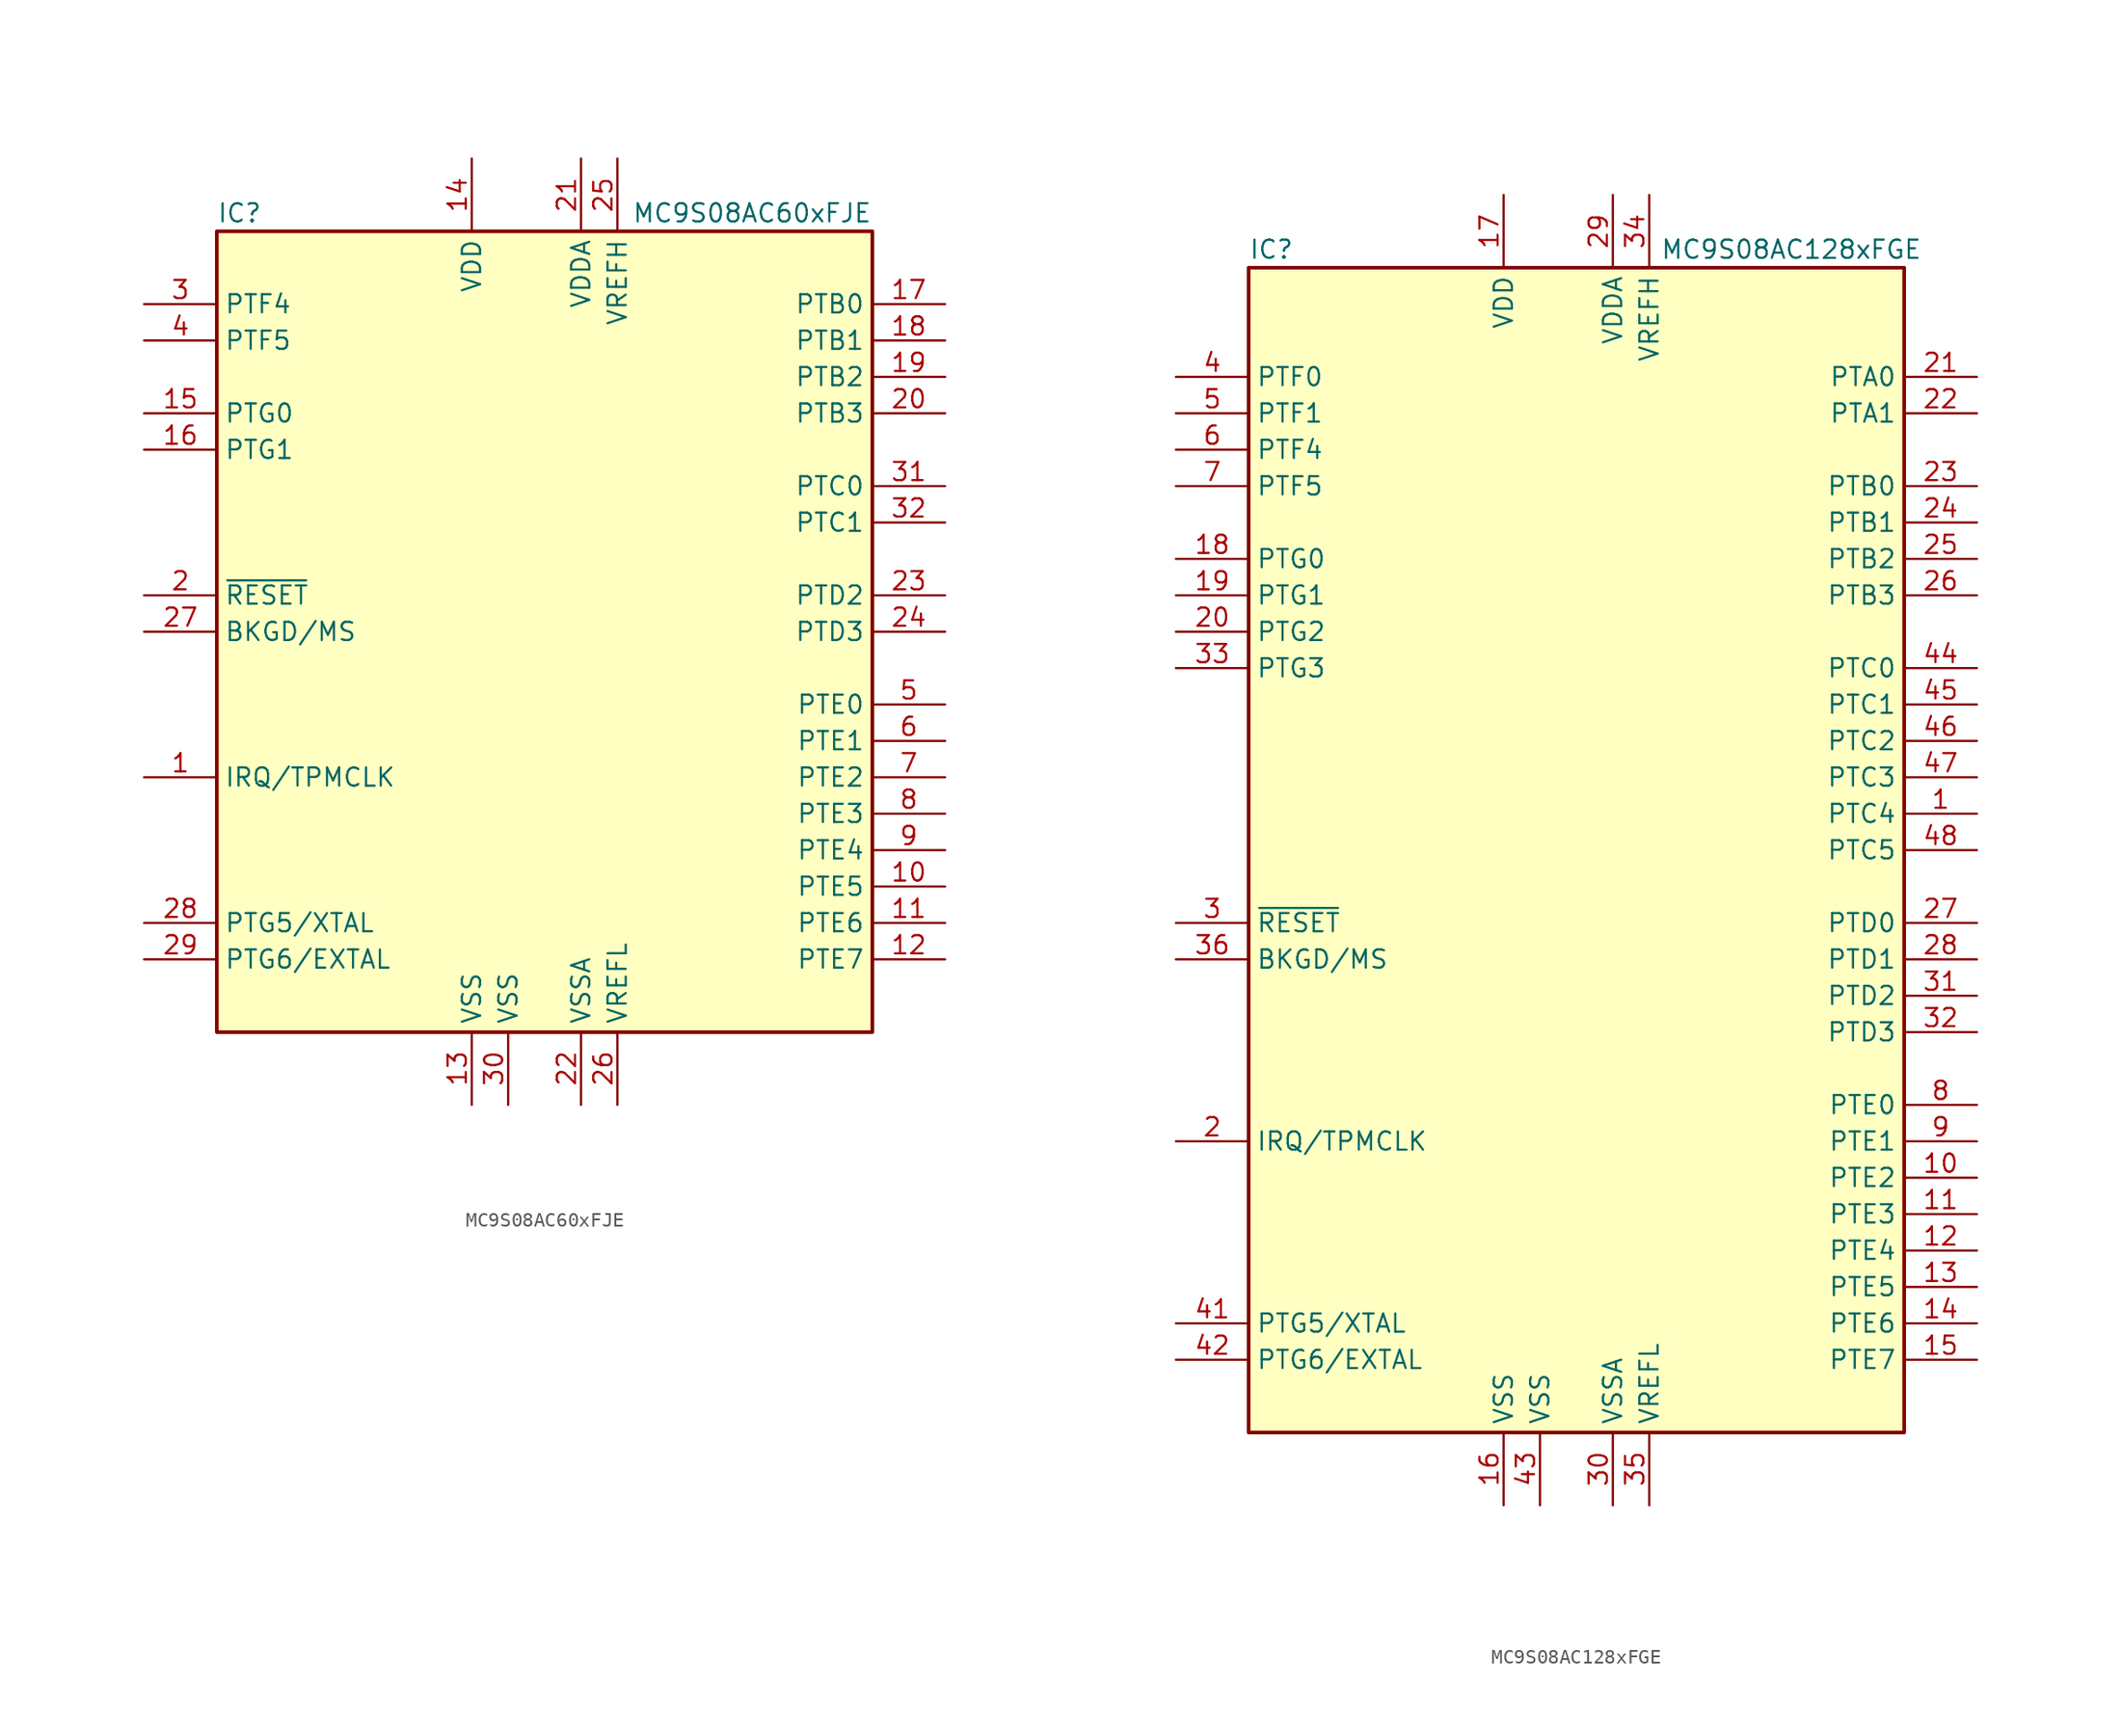
<source format=kicad_sym>
(kicad_symbol_lib
  (version 20220914)
  (generator kicad_symbol_editor)
  (symbol "MC9S08AC60xFJE"
    (property "Reference" "IC"
      (at -22.86 29.21 0)
      (effects (font (size 1.27 1.27)) (justify left)))
    (property "Value" "MC9S08AC60xFJE"
      (at 22.86 29.21 0)
      (effects (font (size 1.27 1.27)) (justify right)))
    (symbol "MC9S08AC60xFJE_0_1"
      (rectangle (start -22.86 27.94) (end 22.86 -27.94) (stroke (width 0.254) (type default)) (fill (type background))))
    (symbol "MC9S08AC60xFJE_1_1"
      (pin input line (at -27.94 -10.16 0) (length 5.08) (name "IRQ/TPMCLK" (effects (font (size 1.27 1.27)))) (number "1" (effects (font (size 1.27 1.27)))))
      (pin bidirectional line (at 27.94 -17.78 180) (length 5.08) (name "PTE5" (effects (font (size 1.27 1.27)))) (number "10" (effects (font (size 1.27 1.27)))))
      (pin bidirectional line (at 27.94 -20.32 180) (length 5.08) (name "PTE6" (effects (font (size 1.27 1.27)))) (number "11" (effects (font (size 1.27 1.27)))))
      (pin bidirectional line (at 27.94 -22.86 180) (length 5.08) (name "PTE7" (effects (font (size 1.27 1.27)))) (number "12" (effects (font (size 1.27 1.27)))))
      (pin power_in line (at -5.08 -33.02 90) (length 5.08) (name "VSS" (effects (font (size 1.27 1.27)))) (number "13" (effects (font (size 1.27 1.27)))))
      (pin power_in line (at -5.08 33.02 270) (length 5.08) (name "VDD" (effects (font (size 1.27 1.27)))) (number "14" (effects (font (size 1.27 1.27)))))
      (pin bidirectional line (at -27.94 15.24 0) (length 5.08) (name "PTG0" (effects (font (size 1.27 1.27)))) (number "15" (effects (font (size 1.27 1.27)))))
      (pin bidirectional line (at -27.94 12.7 0) (length 5.08) (name "PTG1" (effects (font (size 1.27 1.27)))) (number "16" (effects (font (size 1.27 1.27)))))
      (pin bidirectional line (at 27.94 22.86 180) (length 5.08) (name "PTB0" (effects (font (size 1.27 1.27)))) (number "17" (effects (font (size 1.27 1.27)))))
      (pin bidirectional line (at 27.94 20.32 180) (length 5.08) (name "PTB1" (effects (font (size 1.27 1.27)))) (number "18" (effects (font (size 1.27 1.27)))))
      (pin bidirectional line (at 27.94 17.78 180) (length 5.08) (name "PTB2" (effects (font (size 1.27 1.27)))) (number "19" (effects (font (size 1.27 1.27)))))
      (pin input line (at -27.94 2.54 0) (length 5.08) (name "~{RESET}" (effects (font (size 1.27 1.27)))) (number "2" (effects (font (size 1.27 1.27)))))
      (pin bidirectional line (at 27.94 15.24 180) (length 5.08) (name "PTB3" (effects (font (size 1.27 1.27)))) (number "20" (effects (font (size 1.27 1.27)))))
      (pin power_in line (at 2.54 33.02 270) (length 5.08) (name "VDDA" (effects (font (size 1.27 1.27)))) (number "21" (effects (font (size 1.27 1.27)))))
      (pin power_in line (at 2.54 -33.02 90) (length 5.08) (name "VSSA" (effects (font (size 1.27 1.27)))) (number "22" (effects (font (size 1.27 1.27)))))
      (pin bidirectional line (at 27.94 2.54 180) (length 5.08) (name "PTD2" (effects (font (size 1.27 1.27)))) (number "23" (effects (font (size 1.27 1.27)))))
      (pin bidirectional line (at 27.94 0 180) (length 5.08) (name "PTD3" (effects (font (size 1.27 1.27)))) (number "24" (effects (font (size 1.27 1.27)))))
      (pin power_in line (at 5.08 33.02 270) (length 5.08) (name "VREFH" (effects (font (size 1.27 1.27)))) (number "25" (effects (font (size 1.27 1.27)))))
      (pin power_in line (at 5.08 -33.02 90) (length 5.08) (name "VREFL" (effects (font (size 1.27 1.27)))) (number "26" (effects (font (size 1.27 1.27)))))
      (pin bidirectional line (at -27.94 0 0) (length 5.08) (name "BKGD/MS" (effects (font (size 1.27 1.27)))) (number "27" (effects (font (size 1.27 1.27)))))
      (pin bidirectional line (at -27.94 -20.32 0) (length 5.08) (name "PTG5/XTAL" (effects (font (size 1.27 1.27)))) (number "28" (effects (font (size 1.27 1.27)))))
      (pin bidirectional line (at -27.94 -22.86 0) (length 5.08) (name "PTG6/EXTAL" (effects (font (size 1.27 1.27)))) (number "29" (effects (font (size 1.27 1.27)))))
      (pin bidirectional line (at -27.94 22.86 0) (length 5.08) (name "PTF4" (effects (font (size 1.27 1.27)))) (number "3" (effects (font (size 1.27 1.27)))))
      (pin power_in line (at -2.54 -33.02 90) (length 5.08) (name "VSS" (effects (font (size 1.27 1.27)))) (number "30" (effects (font (size 1.27 1.27)))))
      (pin bidirectional line (at 27.94 10.16 180) (length 5.08) (name "PTC0" (effects (font (size 1.27 1.27)))) (number "31" (effects (font (size 1.27 1.27)))))
      (pin bidirectional line (at 27.94 7.62 180) (length 5.08) (name "PTC1" (effects (font (size 1.27 1.27)))) (number "32" (effects (font (size 1.27 1.27)))))
      (pin bidirectional line (at -27.94 20.32 0) (length 5.08) (name "PTF5" (effects (font (size 1.27 1.27)))) (number "4" (effects (font (size 1.27 1.27)))))
      (pin bidirectional line (at 27.94 -5.08 180) (length 5.08) (name "PTE0" (effects (font (size 1.27 1.27)))) (number "5" (effects (font (size 1.27 1.27)))))
      (pin bidirectional line (at 27.94 -7.62 180) (length 5.08) (name "PTE1" (effects (font (size 1.27 1.27)))) (number "6" (effects (font (size 1.27 1.27)))))
      (pin bidirectional line (at 27.94 -10.16 180) (length 5.08) (name "PTE2" (effects (font (size 1.27 1.27)))) (number "7" (effects (font (size 1.27 1.27)))))
      (pin bidirectional line (at 27.94 -12.7 180) (length 5.08) (name "PTE3" (effects (font (size 1.27 1.27)))) (number "8" (effects (font (size 1.27 1.27)))))
      (pin bidirectional line (at 27.94 -15.24 180) (length 5.08) (name "PTE4" (effects (font (size 1.27 1.27)))) (number "9" (effects (font (size 1.27 1.27)))))))
  (symbol "MC9S08AC128xFGE"
    (property "Reference" "IC"
      (at -22.86 41.91 0)
      (effects (font (size 1.27 1.27)) (justify left)))
    (property "Value" "MC9S08AC128xFGE"
      (at 24.13 41.91 0)
      (effects (font (size 1.27 1.27)) (justify right)))
    (symbol "MC9S08AC128xFGE_0_1"
      (rectangle (start -22.86 40.64) (end 22.86 -40.64) (stroke (width 0.254) (type default)) (fill (type background))))
    (symbol "MC9S08AC128xFGE_1_1"
      (pin bidirectional line (at 27.94 2.54 180) (length 5.08) (name "PTC4" (effects (font (size 1.27 1.27)))) (number "1" (effects (font (size 1.27 1.27)))))
      (pin bidirectional line (at 27.94 -22.86 180) (length 5.08) (name "PTE2" (effects (font (size 1.27 1.27)))) (number "10" (effects (font (size 1.27 1.27)))))
      (pin bidirectional line (at 27.94 -25.4 180) (length 5.08) (name "PTE3" (effects (font (size 1.27 1.27)))) (number "11" (effects (font (size 1.27 1.27)))))
      (pin bidirectional line (at 27.94 -27.94 180) (length 5.08) (name "PTE4" (effects (font (size 1.27 1.27)))) (number "12" (effects (font (size 1.27 1.27)))))
      (pin bidirectional line (at 27.94 -30.48 180) (length 5.08) (name "PTE5" (effects (font (size 1.27 1.27)))) (number "13" (effects (font (size 1.27 1.27)))))
      (pin bidirectional line (at 27.94 -33.02 180) (length 5.08) (name "PTE6" (effects (font (size 1.27 1.27)))) (number "14" (effects (font (size 1.27 1.27)))))
      (pin bidirectional line (at 27.94 -35.56 180) (length 5.08) (name "PTE7" (effects (font (size 1.27 1.27)))) (number "15" (effects (font (size 1.27 1.27)))))
      (pin power_in line (at -5.08 -45.72 90) (length 5.08) (name "VSS" (effects (font (size 1.27 1.27)))) (number "16" (effects (font (size 1.27 1.27)))))
      (pin power_in line (at -5.08 45.72 270) (length 5.08) (name "VDD" (effects (font (size 1.27 1.27)))) (number "17" (effects (font (size 1.27 1.27)))))
      (pin bidirectional line (at -27.94 20.32 0) (length 5.08) (name "PTG0" (effects (font (size 1.27 1.27)))) (number "18" (effects (font (size 1.27 1.27)))))
      (pin bidirectional line (at -27.94 17.78 0) (length 5.08) (name "PTG1" (effects (font (size 1.27 1.27)))) (number "19" (effects (font (size 1.27 1.27)))))
      (pin input line (at -27.94 -20.32 0) (length 5.08) (name "IRQ/TPMCLK" (effects (font (size 1.27 1.27)))) (number "2" (effects (font (size 1.27 1.27)))))
      (pin bidirectional line (at -27.94 15.24 0) (length 5.08) (name "PTG2" (effects (font (size 1.27 1.27)))) (number "20" (effects (font (size 1.27 1.27)))))
      (pin bidirectional line (at 27.94 33.02 180) (length 5.08) (name "PTA0" (effects (font (size 1.27 1.27)))) (number "21" (effects (font (size 1.27 1.27)))))
      (pin bidirectional line (at 27.94 30.48 180) (length 5.08) (name "PTA1" (effects (font (size 1.27 1.27)))) (number "22" (effects (font (size 1.27 1.27)))))
      (pin bidirectional line (at 27.94 25.4 180) (length 5.08) (name "PTB0" (effects (font (size 1.27 1.27)))) (number "23" (effects (font (size 1.27 1.27)))))
      (pin bidirectional line (at 27.94 22.86 180) (length 5.08) (name "PTB1" (effects (font (size 1.27 1.27)))) (number "24" (effects (font (size 1.27 1.27)))))
      (pin bidirectional line (at 27.94 20.32 180) (length 5.08) (name "PTB2" (effects (font (size 1.27 1.27)))) (number "25" (effects (font (size 1.27 1.27)))))
      (pin bidirectional line (at 27.94 17.78 180) (length 5.08) (name "PTB3" (effects (font (size 1.27 1.27)))) (number "26" (effects (font (size 1.27 1.27)))))
      (pin bidirectional line (at 27.94 -5.08 180) (length 5.08) (name "PTD0" (effects (font (size 1.27 1.27)))) (number "27" (effects (font (size 1.27 1.27)))))
      (pin bidirectional line (at 27.94 -7.62 180) (length 5.08) (name "PTD1" (effects (font (size 1.27 1.27)))) (number "28" (effects (font (size 1.27 1.27)))))
      (pin power_in line (at 2.54 45.72 270) (length 5.08) (name "VDDA" (effects (font (size 1.27 1.27)))) (number "29" (effects (font (size 1.27 1.27)))))
      (pin input line (at -27.94 -5.08 0) (length 5.08) (name "~{RESET}" (effects (font (size 1.27 1.27)))) (number "3" (effects (font (size 1.27 1.27)))))
      (pin power_in line (at 2.54 -45.72 90) (length 5.08) (name "VSSA" (effects (font (size 1.27 1.27)))) (number "30" (effects (font (size 1.27 1.27)))))
      (pin bidirectional line (at 27.94 -10.16 180) (length 5.08) (name "PTD2" (effects (font (size 1.27 1.27)))) (number "31" (effects (font (size 1.27 1.27)))))
      (pin bidirectional line (at 27.94 -12.7 180) (length 5.08) (name "PTD3" (effects (font (size 1.27 1.27)))) (number "32" (effects (font (size 1.27 1.27)))))
      (pin bidirectional line (at -27.94 12.7 0) (length 5.08) (name "PTG3" (effects (font (size 1.27 1.27)))) (number "33" (effects (font (size 1.27 1.27)))))
      (pin power_in line (at 5.08 45.72 270) (length 5.08) (name "VREFH" (effects (font (size 1.27 1.27)))) (number "34" (effects (font (size 1.27 1.27)))))
      (pin power_in line (at 5.08 -45.72 90) (length 5.08) (name "VREFL" (effects (font (size 1.27 1.27)))) (number "35" (effects (font (size 1.27 1.27)))))
      (pin bidirectional line (at -27.94 -7.62 0) (length 5.08) (name "BKGD/MS" (effects (font (size 1.27 1.27)))) (number "36" (effects (font (size 1.27 1.27)))))
      (pin bidirectional line (at -27.94 33.02 0) (length 5.08) (name "PTF0" (effects (font (size 1.27 1.27)))) (number "4" (effects (font (size 1.27 1.27)))))
      (pin bidirectional line (at -27.94 -33.02 0) (length 5.08) (name "PTG5/XTAL" (effects (font (size 1.27 1.27)))) (number "41" (effects (font (size 1.27 1.27)))))
      (pin bidirectional line (at -27.94 -35.56 0) (length 5.08) (name "PTG6/EXTAL" (effects (font (size 1.27 1.27)))) (number "42" (effects (font (size 1.27 1.27)))))
      (pin power_in line (at -2.54 -45.72 90) (length 5.08) (name "VSS" (effects (font (size 1.27 1.27)))) (number "43" (effects (font (size 1.27 1.27)))))
      (pin bidirectional line (at 27.94 12.7 180) (length 5.08) (name "PTC0" (effects (font (size 1.27 1.27)))) (number "44" (effects (font (size 1.27 1.27)))))
      (pin bidirectional line (at 27.94 10.16 180) (length 5.08) (name "PTC1" (effects (font (size 1.27 1.27)))) (number "45" (effects (font (size 1.27 1.27)))))
      (pin bidirectional line (at 27.94 7.62 180) (length 5.08) (name "PTC2" (effects (font (size 1.27 1.27)))) (number "46" (effects (font (size 1.27 1.27)))))
      (pin bidirectional line (at 27.94 5.08 180) (length 5.08) (name "PTC3" (effects (font (size 1.27 1.27)))) (number "47" (effects (font (size 1.27 1.27)))))
      (pin bidirectional line (at 27.94 0 180) (length 5.08) (name "PTC5" (effects (font (size 1.27 1.27)))) (number "48" (effects (font (size 1.27 1.27)))))
      (pin bidirectional line (at -27.94 30.48 0) (length 5.08) (name "PTF1" (effects (font (size 1.27 1.27)))) (number "5" (effects (font (size 1.27 1.27)))))
      (pin bidirectional line (at -27.94 27.94 0) (length 5.08) (name "PTF4" (effects (font (size 1.27 1.27)))) (number "6" (effects (font (size 1.27 1.27)))))
      (pin bidirectional line (at -27.94 25.4 0) (length 5.08) (name "PTF5" (effects (font (size 1.27 1.27)))) (number "7" (effects (font (size 1.27 1.27)))))
      (pin bidirectional line (at 27.94 -17.78 180) (length 5.08) (name "PTE0" (effects (font (size 1.27 1.27)))) (number "8" (effects (font (size 1.27 1.27)))))
      (pin bidirectional line (at 27.94 -20.32 180) (length 5.08) (name "PTE1" (effects (font (size 1.27 1.27)))) (number "9" (effects (font (size 1.27 1.27))))))))
</source>
